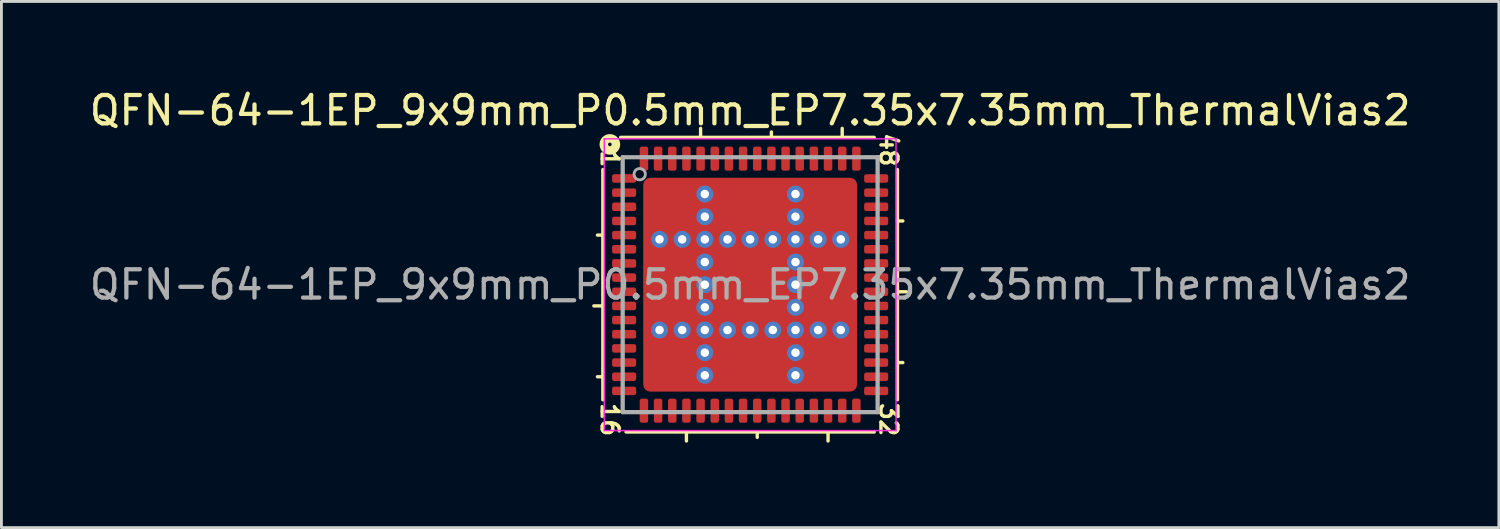
<source format=kicad_pcb>
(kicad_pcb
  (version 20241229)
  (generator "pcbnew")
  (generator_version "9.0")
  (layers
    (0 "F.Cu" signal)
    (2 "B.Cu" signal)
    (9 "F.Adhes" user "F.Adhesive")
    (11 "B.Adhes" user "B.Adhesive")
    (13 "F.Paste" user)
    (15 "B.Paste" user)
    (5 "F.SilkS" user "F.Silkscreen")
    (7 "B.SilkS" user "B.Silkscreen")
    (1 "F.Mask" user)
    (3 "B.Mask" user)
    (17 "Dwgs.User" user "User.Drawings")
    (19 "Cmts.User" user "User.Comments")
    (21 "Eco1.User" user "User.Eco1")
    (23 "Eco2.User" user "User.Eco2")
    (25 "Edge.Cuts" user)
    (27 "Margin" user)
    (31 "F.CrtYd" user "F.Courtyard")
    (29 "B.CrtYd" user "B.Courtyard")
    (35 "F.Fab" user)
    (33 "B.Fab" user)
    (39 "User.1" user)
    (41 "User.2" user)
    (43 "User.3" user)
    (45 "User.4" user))
  (footprint "QFN-64-1EP_9x9mm_P0.5mm_EP7.35x7.35mm_ThermalVias2"
    (layer "F.Cu")
    (at 23.435 7.001)
    (property "Reference" "QFN-64-1EP_9x9mm_P0.5mm_EP7.35x7.35mm_ThermalVias2" (at 0 -6.152 0) (layer "F.SilkS") (effects (font (size 1 1) (thickness 0.15))))
    (attr smd)
    (fp_line (start -5.2 -4.064) (end -5.2 4.064) (stroke (width 0.12) (type solid)) (layer "F.SilkS"))
    (fp_line (start -5.2 -1.75) (end -5.391 -1.75) (stroke (width 0.12) (type solid)) (layer "F.SilkS"))
    (fp_line (start -5.2 0.75) (end -5.518 0.75) (stroke (width 0.12) (type solid)) (layer "F.SilkS"))
    (fp_line (start -5.2 3.25) (end -5.391 3.25) (stroke (width 0.12) (type solid)) (layer "F.SilkS"))
    (fp_line (start -4.381 5.2) (end 4.381 5.2) (stroke (width 0.12) (type solid)) (layer "F.SilkS"))
    (fp_line (start -2.25 5.2) (end -2.25 5.518) (stroke (width 0.12) (type solid)) (layer "F.SilkS"))
    (fp_line (start -1.75 -5.2) (end -1.75 -5.518) (stroke (width 0.12) (type solid)) (layer "F.SilkS"))
    (fp_line (start 0.25 5.2) (end 0.25 5.391) (stroke (width 0.12) (type solid)) (layer "F.SilkS"))
    (fp_line (start 0.75 -5.2) (end 0.75 -5.391) (stroke (width 0.12) (type solid)) (layer "F.SilkS"))
    (fp_line (start 2.75 5.2) (end 2.75 5.518) (stroke (width 0.12) (type solid)) (layer "F.SilkS"))
    (fp_line (start 3.25 -5.2) (end 3.25 -5.518) (stroke (width 0.12) (type solid)) (layer "F.SilkS"))
    (fp_line (start 4.381 -5.2) (end -4.572 -5.2) (stroke (width 0.12) (type solid)) (layer "F.SilkS"))
    (fp_line (start 5.2 -2.25) (end 5.391 -2.25) (stroke (width 0.12) (type solid)) (layer "F.SilkS"))
    (fp_line (start 5.2 0.25) (end 5.518 0.25) (stroke (width 0.12) (type solid)) (layer "F.SilkS"))
    (fp_line (start 5.2 2.75) (end 5.391 2.75) (stroke (width 0.12) (type solid)) (layer "F.SilkS"))
    (fp_line (start 5.2 4.064) (end 5.2 -4.064) (stroke (width 0.12) (type solid)) (layer "F.SilkS"))
    (fp_circle (center -4.953 -4.953) (end -4.889 -4.953) (stroke (width 0.3) (type solid)) (fill no) (layer "F.SilkS"))
    (fp_line (start -5.15 -5.15) (end -5.15 5.15) (stroke (width 0.05) (type solid)) (layer "F.CrtYd"))
    (fp_line (start -5.15 -5.15) (end 5.15 -5.15) (stroke (width 0.05) (type solid)) (layer "F.CrtYd"))
    (fp_line (start -5.15 5.15) (end 5.15 5.15) (stroke (width 0.05) (type solid)) (layer "F.CrtYd"))
    (fp_line (start 5.15 -5.15) (end 5.15 5.15) (stroke (width 0.05) (type solid)) (layer "F.CrtYd"))
    (fp_line (start -4.5 -4.5) (end 4.5 -4.5) (stroke (width 0.15) (type solid)) (layer "F.Fab"))
    (fp_line (start -4.5 4.5) (end -4.5 -4.5) (stroke (width 0.15) (type solid)) (layer "F.Fab"))
    (fp_line (start 4.5 -4.5) (end 4.5 4.5) (stroke (width 0.15) (type solid)) (layer "F.Fab"))
    (fp_line (start 4.5 4.5) (end -4.5 4.5) (stroke (width 0.15) (type solid)) (layer "F.Fab"))
    (fp_circle (center -3.9 -3.9) (end -3.7 -3.9) (stroke (width 0.1) (type solid)) (fill no) (layer "F.Fab"))
    (fp_text user "32" (at 4.889 4.763 270) (unlocked yes) (layer "F.SilkS") (effects (font (size 0.6 0.6) (thickness 0.12))))
    (fp_text user "48" (at 4.889 -4.763 270) (unlocked yes) (layer "F.SilkS") (effects (font (size 0.6 0.6) (thickness 0.12))))
    (fp_text user "16" (at -4.953 4.763 270) (unlocked yes) (layer "F.SilkS") (effects (font (size 0.6 0.6) (thickness 0.12))))
    (fp_text user "1" (at -4.953 -4.445 270) (unlocked yes) (layer "F.SilkS") (effects (font (size 0.6 0.6) (thickness 0.12))))
    (fp_text user "${REFERENCE}" (at 0 0 0) (layer "F.Fab") (effects (font (size 1 1) (thickness 0.15))))
    (pad "" smd roundrect (at -3.225 -3.225) (size 0.65 0.65) (layers "F.Paste") (roundrect_rratio 0.25))
    (pad "" smd roundrect (at -3.225 -2.35) (size 0.65 0.65) (layers "F.Paste") (roundrect_rratio 0.25))
    (pad "" smd roundrect (at -3.225 -0.838) (size 0.65 0.625) (layers "F.Paste") (roundrect_rratio 0.25))
    (pad "" smd roundrect (at -3.225 0) (size 0.65 0.65) (layers "F.Paste") (roundrect_rratio 0.25))
    (pad "" smd roundrect (at -3.225 0.838) (size 0.65 0.625) (layers "F.Paste") (roundrect_rratio 0.25))
    (pad "" smd roundrect (at -3.225 2.35) (size 0.65 0.65) (layers "F.Paste") (roundrect_rratio 0.25))
    (pad "" smd roundrect (at -3.225 3.225) (size 0.65 0.65) (layers "F.Paste") (roundrect_rratio 0.25))
    (pad "" smd roundrect (at -2.788 -2.788 270) (size 1.775 1.775) (layers "F.Mask") (roundrect_rratio 0.141))
    (pad "" smd roundrect (at -2.788 0 270) (size 2.6 1.775) (layers "F.Mask") (roundrect_rratio 0.141))
    (pad "" smd roundrect (at -2.788 2.788 270) (size 1.775 1.775) (layers "F.Mask") (roundrect_rratio 0.141))
    (pad "" smd roundrect (at -2.35 -3.225) (size 0.65 0.65) (layers "F.Paste") (roundrect_rratio 0.25))
    (pad "" smd roundrect (at -2.35 -2.35) (size 0.65 0.65) (layers "F.Paste") (roundrect_rratio 0.25))
    (pad "" smd roundrect (at -2.35 -0.838) (size 0.65 0.625) (layers "F.Paste") (roundrect_rratio 0.25))
    (pad "" smd roundrect (at -2.35 0) (size 0.65 0.65) (layers "F.Paste") (roundrect_rratio 0.25))
    (pad "" smd roundrect (at -2.35 0.838) (size 0.65 0.625) (layers "F.Paste") (roundrect_rratio 0.25))
    (pad "" smd roundrect (at -2.35 2.35) (size 0.65 0.65) (layers "F.Paste") (roundrect_rratio 0.25))
    (pad "" smd roundrect (at -2.35 3.225) (size 0.65 0.65) (layers "F.Paste") (roundrect_rratio 0.25))
    (pad "" smd roundrect (at -0.838 -3.225 90) (size 0.65 0.625) (layers "F.Paste") (roundrect_rratio 0.25))
    (pad "" smd roundrect (at -0.838 -2.35 90) (size 0.65 0.625) (layers "F.Paste") (roundrect_rratio 0.25))
    (pad "" smd roundrect (at -0.838 -0.838 90) (size 0.625 0.625) (layers "F.Paste") (roundrect_rratio 0.25))
    (pad "" smd roundrect (at -0.838 0 90) (size 0.65 0.625) (layers "F.Paste") (roundrect_rratio 0.25))
    (pad "" smd roundrect (at -0.838 0.838 90) (size 0.625 0.625) (layers "F.Paste") (roundrect_rratio 0.25))
    (pad "" smd roundrect (at -0.838 2.35 90) (size 0.65 0.625) (layers "F.Paste") (roundrect_rratio 0.25))
    (pad "" smd roundrect (at -0.838 3.225 90) (size 0.65 0.625) (layers "F.Paste") (roundrect_rratio 0.25))
    (pad "" smd roundrect (at 0 -3.225 90) (size 0.65 0.65) (layers "F.Paste") (roundrect_rratio 0.25))
    (pad "" smd roundrect (at 0 -2.788) (size 2.6 1.775) (layers "F.Mask") (roundrect_rratio 0.141))
    (pad "" smd roundrect (at 0 -2.35 90) (size 0.65 0.65) (layers "F.Paste") (roundrect_rratio 0.25))
    (pad "" smd roundrect (at 0 -0.838 90) (size 0.625 0.65) (layers "F.Paste") (roundrect_rratio 0.25))
    (pad "" smd roundrect (at 0 0 90) (size 0.65 0.65) (layers "F.Paste") (roundrect_rratio 0.25))
    (pad "" smd roundrect (at 0 0 270) (size 2.6 2.6) (layers "F.Mask") (roundrect_rratio 0.096))
    (pad "" smd roundrect (at 0 0.838 90) (size 0.625 0.65) (layers "F.Paste") (roundrect_rratio 0.25))
    (pad "" smd roundrect (at 0 2.35 90) (size 0.65 0.65) (layers "F.Paste") (roundrect_rratio 0.25))
    (pad "" smd roundrect (at 0 2.788) (size 2.6 1.775) (layers "F.Mask") (roundrect_rratio 0.141))
    (pad "" smd roundrect (at 0 3.225 90) (size 0.65 0.65) (layers "F.Paste") (roundrect_rratio 0.25))
    (pad "" smd roundrect (at 0.838 -3.225 90) (size 0.65 0.625) (layers "F.Paste") (roundrect_rratio 0.25))
    (pad "" smd roundrect (at 0.838 -2.35 90) (size 0.65 0.625) (layers "F.Paste") (roundrect_rratio 0.25))
    (pad "" smd roundrect (at 0.838 -0.838 90) (size 0.625 0.625) (layers "F.Paste") (roundrect_rratio 0.25))
    (pad "" smd roundrect (at 0.838 0 90) (size 0.65 0.625) (layers "F.Paste") (roundrect_rratio 0.25))
    (pad "" smd roundrect (at 0.838 0.838 90) (size 0.625 0.625) (layers "F.Paste") (roundrect_rratio 0.25))
    (pad "" smd roundrect (at 0.838 2.35 90) (size 0.65 0.625) (layers "F.Paste") (roundrect_rratio 0.25))
    (pad "" smd roundrect (at 0.838 3.225 90) (size 0.65 0.625) (layers "F.Paste") (roundrect_rratio 0.25))
    (pad "" smd roundrect (at 2.35 -3.225 270) (size 0.65 0.65) (layers "F.Paste") (roundrect_rratio 0.25))
    (pad "" smd roundrect (at 2.35 -2.35 270) (size 0.65 0.65) (layers "F.Paste") (roundrect_rratio 0.25))
    (pad "" smd roundrect (at 2.35 -0.838) (size 0.65 0.625) (layers "F.Paste") (roundrect_rratio 0.25))
    (pad "" smd roundrect (at 2.35 0) (size 0.65 0.65) (layers "F.Paste") (roundrect_rratio 0.25))
    (pad "" smd roundrect (at 2.35 0.838) (size 0.65 0.625) (layers "F.Paste") (roundrect_rratio 0.25))
    (pad "" smd roundrect (at 2.35 2.35) (size 0.65 0.65) (layers "F.Paste") (roundrect_rratio 0.25))
    (pad "" smd roundrect (at 2.35 3.225) (size 0.65 0.65) (layers "F.Paste") (roundrect_rratio 0.25))
    (pad "" smd roundrect (at 2.788 -2.788 270) (size 1.775 1.775) (layers "F.Mask") (roundrect_rratio 0.141))
    (pad "" smd roundrect (at 2.788 0 270) (size 2.6 1.775) (layers "F.Mask") (roundrect_rratio 0.141))
    (pad "" smd roundrect (at 2.788 2.788 270) (size 1.775 1.775) (layers "F.Mask") (roundrect_rratio 0.141))
    (pad "" smd roundrect (at 3.225 -3.225 270) (size 0.65 0.65) (layers "F.Paste") (roundrect_rratio 0.25))
    (pad "" smd roundrect (at 3.225 -2.35 270) (size 0.65 0.65) (layers "F.Paste") (roundrect_rratio 0.25))
    (pad "" smd roundrect (at 3.225 -0.838) (size 0.65 0.625) (layers "F.Paste") (roundrect_rratio 0.25))
    (pad "" smd roundrect (at 3.225 0) (size 0.65 0.65) (layers "F.Paste") (roundrect_rratio 0.25))
    (pad "" smd roundrect (at 3.225 0.838) (size 0.65 0.625) (layers "F.Paste") (roundrect_rratio 0.25))
    (pad "" smd roundrect (at 3.225 2.35) (size 0.65 0.65) (layers "F.Paste") (roundrect_rratio 0.25))
    (pad "" smd roundrect (at 3.225 3.225) (size 0.65 0.65) (layers "F.Paste") (roundrect_rratio 0.25))
    (pad "1" smd roundrect (at -4.45 -3.75) (size 0.85 0.3) (layers "F.Cu" "F.Mask" "F.Paste") (roundrect_rratio 0.25))
    (pad "2" smd roundrect (at -4.45 -3.25) (size 0.85 0.3) (layers "F.Cu" "F.Mask" "F.Paste") (roundrect_rratio 0.25))
    (pad "3" smd roundrect (at -4.45 -2.75) (size 0.85 0.3) (layers "F.Cu" "F.Mask" "F.Paste") (roundrect_rratio 0.25))
    (pad "4" smd roundrect (at -4.45 -2.25) (size 0.85 0.3) (layers "F.Cu" "F.Mask" "F.Paste") (roundrect_rratio 0.25))
    (pad "5" smd roundrect (at -4.45 -1.75) (size 0.85 0.3) (layers "F.Cu" "F.Mask" "F.Paste") (roundrect_rratio 0.25))
    (pad "6" smd roundrect (at -4.45 -1.25) (size 0.85 0.3) (layers "F.Cu" "F.Mask" "F.Paste") (roundrect_rratio 0.25))
    (pad "7" smd roundrect (at -4.45 -0.75) (size 0.85 0.3) (layers "F.Cu" "F.Mask" "F.Paste") (roundrect_rratio 0.25))
    (pad "8" smd roundrect (at -4.45 -0.25) (size 0.85 0.3) (layers "F.Cu" "F.Mask" "F.Paste") (roundrect_rratio 0.25))
    (pad "9" smd roundrect (at -4.45 0.25) (size 0.85 0.3) (layers "F.Cu" "F.Mask" "F.Paste") (roundrect_rratio 0.25))
    (pad "10" smd roundrect (at -4.45 0.75) (size 0.85 0.3) (layers "F.Cu" "F.Mask" "F.Paste") (roundrect_rratio 0.25))
    (pad "11" smd roundrect (at -4.45 1.25) (size 0.85 0.3) (layers "F.Cu" "F.Mask" "F.Paste") (roundrect_rratio 0.25))
    (pad "12" smd roundrect (at -4.45 1.75) (size 0.85 0.3) (layers "F.Cu" "F.Mask" "F.Paste") (roundrect_rratio 0.25))
    (pad "13" smd roundrect (at -4.45 2.25) (size 0.85 0.3) (layers "F.Cu" "F.Mask" "F.Paste") (roundrect_rratio 0.25))
    (pad "14" smd roundrect (at -4.45 2.75) (size 0.85 0.3) (layers "F.Cu" "F.Mask" "F.Paste") (roundrect_rratio 0.25))
    (pad "15" smd roundrect (at -4.45 3.25) (size 0.85 0.3) (layers "F.Cu" "F.Mask" "F.Paste") (roundrect_rratio 0.25))
    (pad "16" smd roundrect (at -4.45 3.75) (size 0.85 0.3) (layers "F.Cu" "F.Mask" "F.Paste") (roundrect_rratio 0.25))
    (pad "17" smd roundrect (at -3.75 4.45 90) (size 0.85 0.3) (layers "F.Cu" "F.Mask" "F.Paste") (roundrect_rratio 0.25))
    (pad "18" smd roundrect (at -3.25 4.45 90) (size 0.85 0.3) (layers "F.Cu" "F.Mask" "F.Paste") (roundrect_rratio 0.25))
    (pad "19" smd roundrect (at -2.75 4.45 90) (size 0.85 0.3) (layers "F.Cu" "F.Mask" "F.Paste") (roundrect_rratio 0.25))
    (pad "20" smd roundrect (at -2.25 4.45 90) (size 0.85 0.3) (layers "F.Cu" "F.Mask" "F.Paste") (roundrect_rratio 0.25))
    (pad "21" smd roundrect (at -1.75 4.45 90) (size 0.85 0.3) (layers "F.Cu" "F.Mask" "F.Paste") (roundrect_rratio 0.25))
    (pad "22" smd roundrect (at -1.25 4.45 90) (size 0.85 0.3) (layers "F.Cu" "F.Mask" "F.Paste") (roundrect_rratio 0.25))
    (pad "23" smd roundrect (at -0.75 4.45 90) (size 0.85 0.3) (layers "F.Cu" "F.Mask" "F.Paste") (roundrect_rratio 0.25))
    (pad "24" smd roundrect (at -0.25 4.45 90) (size 0.85 0.3) (layers "F.Cu" "F.Mask" "F.Paste") (roundrect_rratio 0.25))
    (pad "25" smd roundrect (at 0.25 4.45 90) (size 0.85 0.3) (layers "F.Cu" "F.Mask" "F.Paste") (roundrect_rratio 0.25))
    (pad "26" smd roundrect (at 0.75 4.45 90) (size 0.85 0.3) (layers "F.Cu" "F.Mask" "F.Paste") (roundrect_rratio 0.25))
    (pad "27" smd roundrect (at 1.25 4.45 90) (size 0.85 0.3) (layers "F.Cu" "F.Mask" "F.Paste") (roundrect_rratio 0.25))
    (pad "28" smd roundrect (at 1.75 4.45 90) (size 0.85 0.3) (layers "F.Cu" "F.Mask" "F.Paste") (roundrect_rratio 0.25))
    (pad "29" smd roundrect (at 2.25 4.45 90) (size 0.85 0.3) (layers "F.Cu" "F.Mask" "F.Paste") (roundrect_rratio 0.25))
    (pad "30" smd roundrect (at 2.75 4.45 90) (size 0.85 0.3) (layers "F.Cu" "F.Mask" "F.Paste") (roundrect_rratio 0.25))
    (pad "31" smd roundrect (at 3.25 4.45 90) (size 0.85 0.3) (layers "F.Cu" "F.Mask" "F.Paste") (roundrect_rratio 0.25))
    (pad "32" smd roundrect (at 3.75 4.45 90) (size 0.85 0.3) (layers "F.Cu" "F.Mask" "F.Paste") (roundrect_rratio 0.25))
    (pad "33" smd roundrect (at 4.45 3.75) (size 0.85 0.3) (layers "F.Cu" "F.Mask" "F.Paste") (roundrect_rratio 0.25))
    (pad "34" smd roundrect (at 4.45 3.25) (size 0.85 0.3) (layers "F.Cu" "F.Mask" "F.Paste") (roundrect_rratio 0.25))
    (pad "35" smd roundrect (at 4.45 2.75) (size 0.85 0.3) (layers "F.Cu" "F.Mask" "F.Paste") (roundrect_rratio 0.25))
    (pad "36" smd roundrect (at 4.45 2.25) (size 0.85 0.3) (layers "F.Cu" "F.Mask" "F.Paste") (roundrect_rratio 0.25))
    (pad "37" smd roundrect (at 4.45 1.75) (size 0.85 0.3) (layers "F.Cu" "F.Mask" "F.Paste") (roundrect_rratio 0.25))
    (pad "38" smd roundrect (at 4.45 1.25) (size 0.85 0.3) (layers "F.Cu" "F.Mask" "F.Paste") (roundrect_rratio 0.25))
    (pad "39" smd roundrect (at 4.45 0.75) (size 0.85 0.3) (layers "F.Cu" "F.Mask" "F.Paste") (roundrect_rratio 0.25))
    (pad "40" smd roundrect (at 4.45 0.25) (size 0.85 0.3) (layers "F.Cu" "F.Mask" "F.Paste") (roundrect_rratio 0.25))
    (pad "41" smd roundrect (at 4.45 -0.25) (size 0.85 0.3) (layers "F.Cu" "F.Mask" "F.Paste") (roundrect_rratio 0.25))
    (pad "42" smd roundrect (at 4.45 -0.75) (size 0.85 0.3) (layers "F.Cu" "F.Mask" "F.Paste") (roundrect_rratio 0.25))
    (pad "43" smd roundrect (at 4.45 -1.25) (size 0.85 0.3) (layers "F.Cu" "F.Mask" "F.Paste") (roundrect_rratio 0.25))
    (pad "44" smd roundrect (at 4.45 -1.75) (size 0.85 0.3) (layers "F.Cu" "F.Mask" "F.Paste") (roundrect_rratio 0.25))
    (pad "45" smd roundrect (at 4.45 -2.25) (size 0.85 0.3) (layers "F.Cu" "F.Mask" "F.Paste") (roundrect_rratio 0.25))
    (pad "46" smd roundrect (at 4.45 -2.75) (size 0.85 0.3) (layers "F.Cu" "F.Mask" "F.Paste") (roundrect_rratio 0.25))
    (pad "47" smd roundrect (at 4.45 -3.25) (size 0.85 0.3) (layers "F.Cu" "F.Mask" "F.Paste") (roundrect_rratio 0.25))
    (pad "48" smd roundrect (at 4.45 -3.75) (size 0.85 0.3) (layers "F.Cu" "F.Mask" "F.Paste") (roundrect_rratio 0.25))
    (pad "49" smd roundrect (at 3.75 -4.45 90) (size 0.85 0.3) (layers "F.Cu" "F.Mask" "F.Paste") (roundrect_rratio 0.25))
    (pad "50" smd roundrect (at 3.25 -4.45 90) (size 0.85 0.3) (layers "F.Cu" "F.Mask" "F.Paste") (roundrect_rratio 0.25))
    (pad "51" smd roundrect (at 2.75 -4.45 90) (size 0.85 0.3) (layers "F.Cu" "F.Mask" "F.Paste") (roundrect_rratio 0.25))
    (pad "52" smd roundrect (at 2.25 -4.45 90) (size 0.85 0.3) (layers "F.Cu" "F.Mask" "F.Paste") (roundrect_rratio 0.25))
    (pad "53" smd roundrect (at 1.75 -4.45 90) (size 0.85 0.3) (layers "F.Cu" "F.Mask" "F.Paste") (roundrect_rratio 0.25))
    (pad "54" smd roundrect (at 1.25 -4.45 90) (size 0.85 0.3) (layers "F.Cu" "F.Mask" "F.Paste") (roundrect_rratio 0.25))
    (pad "55" smd roundrect (at 0.75 -4.45 90) (size 0.85 0.3) (layers "F.Cu" "F.Mask" "F.Paste") (roundrect_rratio 0.25))
    (pad "56" smd roundrect (at 0.25 -4.45 90) (size 0.85 0.3) (layers "F.Cu" "F.Mask" "F.Paste") (roundrect_rratio 0.25))
    (pad "57" smd roundrect (at -0.25 -4.45 90) (size 0.85 0.3) (layers "F.Cu" "F.Mask" "F.Paste") (roundrect_rratio 0.25))
    (pad "58" smd roundrect (at -0.75 -4.45 90) (size 0.85 0.3) (layers "F.Cu" "F.Mask" "F.Paste") (roundrect_rratio 0.25))
    (pad "59" smd roundrect (at -1.25 -4.45 90) (size 0.85 0.3) (layers "F.Cu" "F.Mask" "F.Paste") (roundrect_rratio 0.25))
    (pad "60" smd roundrect (at -1.75 -4.45 90) (size 0.85 0.3) (layers "F.Cu" "F.Mask" "F.Paste") (roundrect_rratio 0.25))
    (pad "61" smd roundrect (at -2.25 -4.45 90) (size 0.85 0.3) (layers "F.Cu" "F.Mask" "F.Paste") (roundrect_rratio 0.25))
    (pad "62" smd roundrect (at -2.75 -4.45 90) (size 0.85 0.3) (layers "F.Cu" "F.Mask" "F.Paste") (roundrect_rratio 0.25))
    (pad "63" smd roundrect (at -3.25 -4.45 90) (size 0.85 0.3) (layers "F.Cu" "F.Mask" "F.Paste") (roundrect_rratio 0.25))
    (pad "64" smd roundrect (at -3.75 -4.45 90) (size 0.85 0.3) (layers "F.Cu" "F.Mask" "F.Paste") (roundrect_rratio 0.25))
    (pad "65" thru_hole circle (at -3.2 -1.6 180) (size 0.6 0.6) (drill 0.3) (property pad_prop_heatsink) (layers "*.Cu" "*.Mask"))
    (pad "65" thru_hole circle (at -3.2 1.6 180) (size 0.6 0.6) (drill 0.3) (property pad_prop_heatsink) (layers "*.Cu" "*.Mask"))
    (pad "65" thru_hole circle (at -2.4 -1.6 180) (size 0.6 0.6) (drill 0.3) (property pad_prop_heatsink) (layers "*.Cu" "*.Mask"))
    (pad "65" thru_hole circle (at -2.4 1.6 180) (size 0.6 0.6) (drill 0.3) (property pad_prop_heatsink) (layers "*.Cu" "*.Mask"))
    (pad "65" thru_hole circle (at -1.6 -3.2 180) (size 0.6 0.6) (drill 0.3) (property pad_prop_heatsink) (layers "*.Cu" "*.Mask"))
    (pad "65" thru_hole circle (at -1.6 -2.4 180) (size 0.6 0.6) (drill 0.3) (property pad_prop_heatsink) (layers "*.Cu" "*.Mask"))
    (pad "65" thru_hole circle (at -1.6 -1.6 180) (size 0.6 0.6) (drill 0.3) (property pad_prop_heatsink) (layers "*.Cu" "*.Mask"))
    (pad "65" thru_hole circle (at -1.6 -0.8 180) (size 0.6 0.6) (drill 0.3) (property pad_prop_heatsink) (layers "*.Cu" "*.Mask"))
    (pad "65" thru_hole circle (at -1.6 0 180) (size 0.6 0.6) (drill 0.3) (property pad_prop_heatsink) (layers "*.Cu" "*.Mask"))
    (pad "65" thru_hole circle (at -1.6 0.8 180) (size 0.6 0.6) (drill 0.3) (property pad_prop_heatsink) (layers "*.Cu" "*.Mask"))
    (pad "65" thru_hole circle (at -1.6 1.6 180) (size 0.6 0.6) (drill 0.3) (property pad_prop_heatsink) (layers "*.Cu" "*.Mask"))
    (pad "65" thru_hole circle (at -1.6 2.4 180) (size 0.6 0.6) (drill 0.3) (property pad_prop_heatsink) (layers "*.Cu" "*.Mask"))
    (pad "65" thru_hole circle (at -1.6 3.2 180) (size 0.6 0.6) (drill 0.3) (property pad_prop_heatsink) (layers "*.Cu" "*.Mask"))
    (pad "65" thru_hole circle (at -0.8 -1.6 180) (size 0.6 0.6) (drill 0.3) (property pad_prop_heatsink) (layers "*.Cu" "*.Mask"))
    (pad "65" thru_hole circle (at -0.8 1.6 180) (size 0.6 0.6) (drill 0.3) (property pad_prop_heatsink) (layers "*.Cu" "*.Mask"))
    (pad "65" thru_hole circle (at 0 -1.6 180) (size 0.6 0.6) (drill 0.3) (property pad_prop_heatsink) (layers "*.Cu" "*.Mask"))
    (pad "65" smd roundrect (at 0 0) (size 7.55 7.55) (layers "F.Cu") (roundrect_rratio 0.033))
    (pad "65" thru_hole circle (at 0 1.6 180) (size 0.6 0.6) (drill 0.3) (property pad_prop_heatsink) (layers "*.Cu" "*.Mask"))
    (pad "65" thru_hole circle (at 0.8 -1.6 180) (size 0.6 0.6) (drill 0.3) (property pad_prop_heatsink) (layers "*.Cu" "*.Mask"))
    (pad "65" thru_hole circle (at 0.8 1.6 180) (size 0.6 0.6) (drill 0.3) (property pad_prop_heatsink) (layers "*.Cu" "*.Mask"))
    (pad "65" thru_hole circle (at 1.6 -3.2 180) (size 0.6 0.6) (drill 0.3) (property pad_prop_heatsink) (layers "*.Cu" "*.Mask"))
    (pad "65" thru_hole circle (at 1.6 -2.4 180) (size 0.6 0.6) (drill 0.3) (property pad_prop_heatsink) (layers "*.Cu" "*.Mask"))
    (pad "65" thru_hole circle (at 1.6 -1.6 180) (size 0.6 0.6) (drill 0.3) (property pad_prop_heatsink) (layers "*.Cu" "*.Mask"))
    (pad "65" thru_hole circle (at 1.6 -0.8 180) (size 0.6 0.6) (drill 0.3) (property pad_prop_heatsink) (layers "*.Cu" "*.Mask"))
    (pad "65" thru_hole circle (at 1.6 0 180) (size 0.6 0.6) (drill 0.3) (property pad_prop_heatsink) (layers "*.Cu" "*.Mask"))
    (pad "65" thru_hole circle (at 1.6 0.8 180) (size 0.6 0.6) (drill 0.3) (property pad_prop_heatsink) (layers "*.Cu" "*.Mask"))
    (pad "65" thru_hole circle (at 1.6 1.6 180) (size 0.6 0.6) (drill 0.3) (property pad_prop_heatsink) (layers "*.Cu" "*.Mask"))
    (pad "65" thru_hole circle (at 1.6 2.4 180) (size 0.6 0.6) (drill 0.3) (property pad_prop_heatsink) (layers "*.Cu" "*.Mask"))
    (pad "65" thru_hole circle (at 1.6 3.2 180) (size 0.6 0.6) (drill 0.3) (property pad_prop_heatsink) (layers "*.Cu" "*.Mask"))
    (pad "65" thru_hole circle (at 2.4 -1.6 180) (size 0.6 0.6) (drill 0.3) (property pad_prop_heatsink) (layers "*.Cu" "*.Mask"))
    (pad "65" thru_hole circle (at 2.4 1.6 180) (size 0.6 0.6) (drill 0.3) (property pad_prop_heatsink) (layers "*.Cu" "*.Mask"))
    (pad "65" thru_hole circle (at 3.2 -1.6 180) (size 0.6 0.6) (drill 0.3) (property pad_prop_heatsink) (layers "*.Cu" "*.Mask"))
    (pad "65" thru_hole circle (at 3.2 1.6 180) (size 0.6 0.6) (drill 0.3) (property pad_prop_heatsink) (layers "*.Cu" "*.Mask")))
  (gr_rect
    (start -3 -3)
    (end 49.869 15.578)
    (stroke (width 0.1) (type default))
    (fill no)
    (layer "Edge.Cuts")))
</source>
